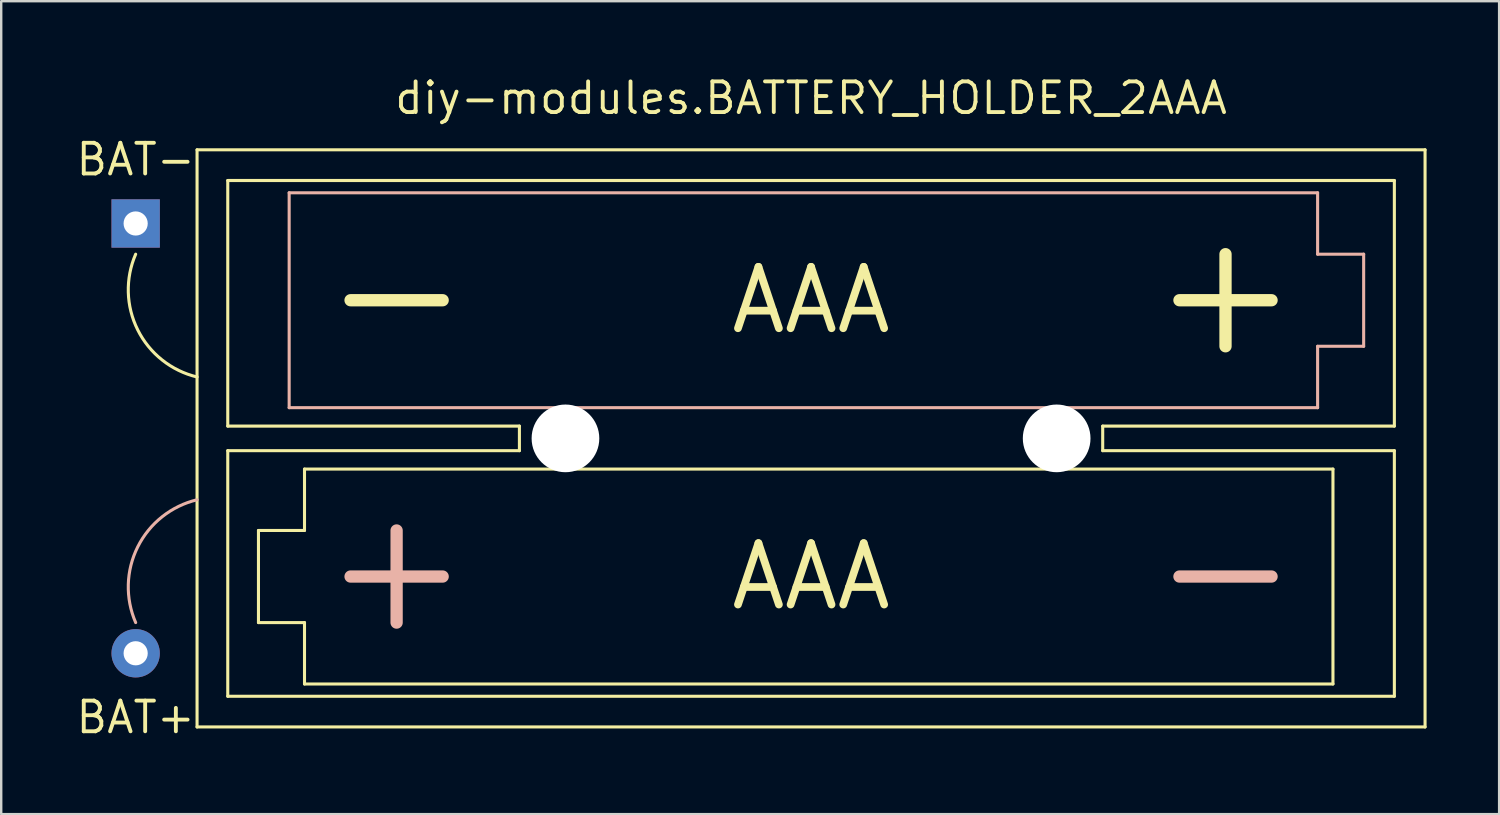
<source format=kicad_pcb>
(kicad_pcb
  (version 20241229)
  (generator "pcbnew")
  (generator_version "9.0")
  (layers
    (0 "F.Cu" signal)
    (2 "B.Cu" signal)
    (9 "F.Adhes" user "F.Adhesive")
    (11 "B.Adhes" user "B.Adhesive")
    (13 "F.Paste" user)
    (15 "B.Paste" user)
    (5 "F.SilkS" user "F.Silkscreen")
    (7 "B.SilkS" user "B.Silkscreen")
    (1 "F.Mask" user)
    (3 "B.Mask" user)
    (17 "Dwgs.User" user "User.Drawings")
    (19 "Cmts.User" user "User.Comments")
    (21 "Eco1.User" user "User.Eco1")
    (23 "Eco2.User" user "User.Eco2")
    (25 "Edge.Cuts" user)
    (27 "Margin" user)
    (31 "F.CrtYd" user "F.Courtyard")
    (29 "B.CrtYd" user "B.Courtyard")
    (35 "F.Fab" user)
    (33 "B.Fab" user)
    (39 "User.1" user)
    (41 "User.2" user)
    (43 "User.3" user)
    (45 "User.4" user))
  (footprint "diy-modules.BATTERY_HOLDER_2AAA"
    (layer "F.Cu")
    (at 30.502 15.085)
    (property "Reference" "diy-modules.BATTERY_HOLDER_2AAA" (at 0 -13.335 0) (layer "F.SilkS") (effects (font (size 1.27 1.27) (thickness 0.16)) (justify bottom)))
    (attr through_hole)
    (fp_line (start -25.4 -11.938) (end 25.4 -11.938) (stroke (width 0.127) (type default)) (layer "F.SilkS"))
    (fp_line (start -25.4 11.938) (end -25.4 -11.938) (stroke (width 0.127) (type default)) (layer "F.SilkS"))
    (fp_line (start -24.13 -10.668) (end 24.13 -10.668) (stroke (width 0.127) (type default)) (layer "F.SilkS"))
    (fp_line (start -24.13 -0.508) (end -24.13 -10.668) (stroke (width 0.127) (type default)) (layer "F.SilkS"))
    (fp_line (start -24.13 -0.508) (end -12.065 -0.508) (stroke (width 0.127) (type default)) (layer "F.SilkS"))
    (fp_line (start -24.13 10.668) (end -24.13 0.508) (stroke (width 0.127) (type default)) (layer "F.SilkS"))
    (fp_line (start -22.86 3.81) (end -20.955 3.81) (stroke (width 0.127) (type default)) (layer "F.SilkS"))
    (fp_line (start -22.86 7.62) (end -22.86 3.81) (stroke (width 0.127) (type default)) (layer "F.SilkS"))
    (fp_line (start -20.955 1.27) (end 21.59 1.27) (stroke (width 0.127) (type default)) (layer "F.SilkS"))
    (fp_line (start -20.955 3.81) (end -20.955 1.27) (stroke (width 0.127) (type default)) (layer "F.SilkS"))
    (fp_line (start -20.955 7.62) (end -22.86 7.62) (stroke (width 0.127) (type default)) (layer "F.SilkS"))
    (fp_line (start -20.955 10.16) (end -20.955 7.62) (stroke (width 0.127) (type default)) (layer "F.SilkS"))
    (fp_line (start -19.05 -5.715) (end -15.24 -5.715) (stroke (width 0.508) (type default)) (layer "F.SilkS"))
    (fp_line (start -12.065 -0.508) (end -12.065 0.508) (stroke (width 0.127) (type default)) (layer "F.SilkS"))
    (fp_line (start -12.065 0.508) (end -24.13 0.508) (stroke (width 0.127) (type default)) (layer "F.SilkS"))
    (fp_line (start 12.065 -0.508) (end 12.065 0.508) (stroke (width 0.127) (type default)) (layer "F.SilkS"))
    (fp_line (start 12.065 0.508) (end 24.13 0.508) (stroke (width 0.127) (type default)) (layer "F.SilkS"))
    (fp_line (start 15.24 -5.715) (end 19.05 -5.715) (stroke (width 0.508) (type default)) (layer "F.SilkS"))
    (fp_line (start 17.145 -7.62) (end 17.145 -3.81) (stroke (width 0.508) (type default)) (layer "F.SilkS"))
    (fp_line (start 21.59 1.27) (end 21.59 10.16) (stroke (width 0.127) (type default)) (layer "F.SilkS"))
    (fp_line (start 21.59 10.16) (end -20.955 10.16) (stroke (width 0.127) (type default)) (layer "F.SilkS"))
    (fp_line (start 24.13 -10.668) (end 24.13 -0.508) (stroke (width 0.127) (type default)) (layer "F.SilkS"))
    (fp_line (start 24.13 -0.508) (end 12.065 -0.508) (stroke (width 0.127) (type default)) (layer "F.SilkS"))
    (fp_line (start 24.13 0.508) (end 24.13 10.668) (stroke (width 0.127) (type default)) (layer "F.SilkS"))
    (fp_line (start 24.13 10.668) (end -24.13 10.668) (stroke (width 0.127) (type default)) (layer "F.SilkS"))
    (fp_line (start 25.4 -11.938) (end 25.4 11.938) (stroke (width 0.127) (type default)) (layer "F.SilkS"))
    (fp_line (start 25.4 11.938) (end -25.4 11.938) (stroke (width 0.127) (type default)) (layer "F.SilkS"))
    (fp_arc (start -25.4 -2.54) (mid -27.854421 -4.487789) (end -27.94 -7.62) (stroke (width 0.127) (type default)) (layer "F.SilkS"))
    (fp_line (start -21.59 -10.16) (end -21.59 -1.27) (stroke (width 0.127) (type default)) (layer "B.SilkS"))
    (fp_line (start -21.59 -1.27) (end 20.955 -1.27) (stroke (width 0.127) (type default)) (layer "B.SilkS"))
    (fp_line (start -17.145 3.81) (end -17.145 7.62) (stroke (width 0.508) (type default)) (layer "B.SilkS"))
    (fp_line (start -15.24 5.715) (end -19.05 5.715) (stroke (width 0.508) (type default)) (layer "B.SilkS"))
    (fp_line (start 19.05 5.715) (end 15.24 5.715) (stroke (width 0.508) (type default)) (layer "B.SilkS"))
    (fp_line (start 20.955 -10.16) (end -21.59 -10.16) (stroke (width 0.127) (type default)) (layer "B.SilkS"))
    (fp_line (start 20.955 -7.62) (end 20.955 -10.16) (stroke (width 0.127) (type default)) (layer "B.SilkS"))
    (fp_line (start 20.955 -3.81) (end 22.86 -3.81) (stroke (width 0.127) (type default)) (layer "B.SilkS"))
    (fp_line (start 20.955 -1.27) (end 20.955 -3.81) (stroke (width 0.127) (type default)) (layer "B.SilkS"))
    (fp_line (start 22.86 -7.62) (end 20.955 -7.62) (stroke (width 0.127) (type default)) (layer "B.SilkS"))
    (fp_line (start 22.86 -3.81) (end 22.86 -7.62) (stroke (width 0.127) (type default)) (layer "B.SilkS"))
    (fp_arc (start -27.94 7.62) (mid -27.854421 4.487789) (end -25.4 2.54) (stroke (width 0.127) (type default)) (layer "B.SilkS"))
    (fp_text user "BAT-" (at -27.94 -10.795 0) (layer "F.SilkS") (effects (font (size 1.27 1.27) (thickness 0.16)) (justify bottom)))
    (fp_text user "AAA" (at 0 -5.715 0) (layer "F.SilkS") (effects (font (size 2.54 2.54) (thickness 0.32))))
    (fp_text user "BAT+" (at -27.94 10.795 0) (layer "F.SilkS") (effects (font (size 1.27 1.27) (thickness 0.16)) (justify top)))
    (fp_text user "AAA" (at 0 5.715 0) (layer "F.SilkS") (effects (font (size 2.54 2.54) (thickness 0.32))))
    (pad "" np_thru_hole circle (at -10.16 0) (size 2.8 2.8) (drill 2.8) (layers "*.Cu" "*.Mask"))
    (pad "" np_thru_hole circle (at 10.16 0) (size 2.8 2.8) (drill 2.8) (layers "*.Cu" "*.Mask"))
    (pad "BAT+" thru_hole circle (at -27.94 8.89) (size 2 2) (drill 1) (layers "*.Cu" "*.Mask"))
    (pad "BAT-" thru_hole rect (at -27.94 -8.89) (size 2 2) (drill 1) (layers "*.Cu" "*.Mask")))
  (gr_rect
    (start -3 -3)
    (end 58.966 30.63)
    (stroke (width 0.1) (type default))
    (fill no)
    (layer "Edge.Cuts")))
</source>
